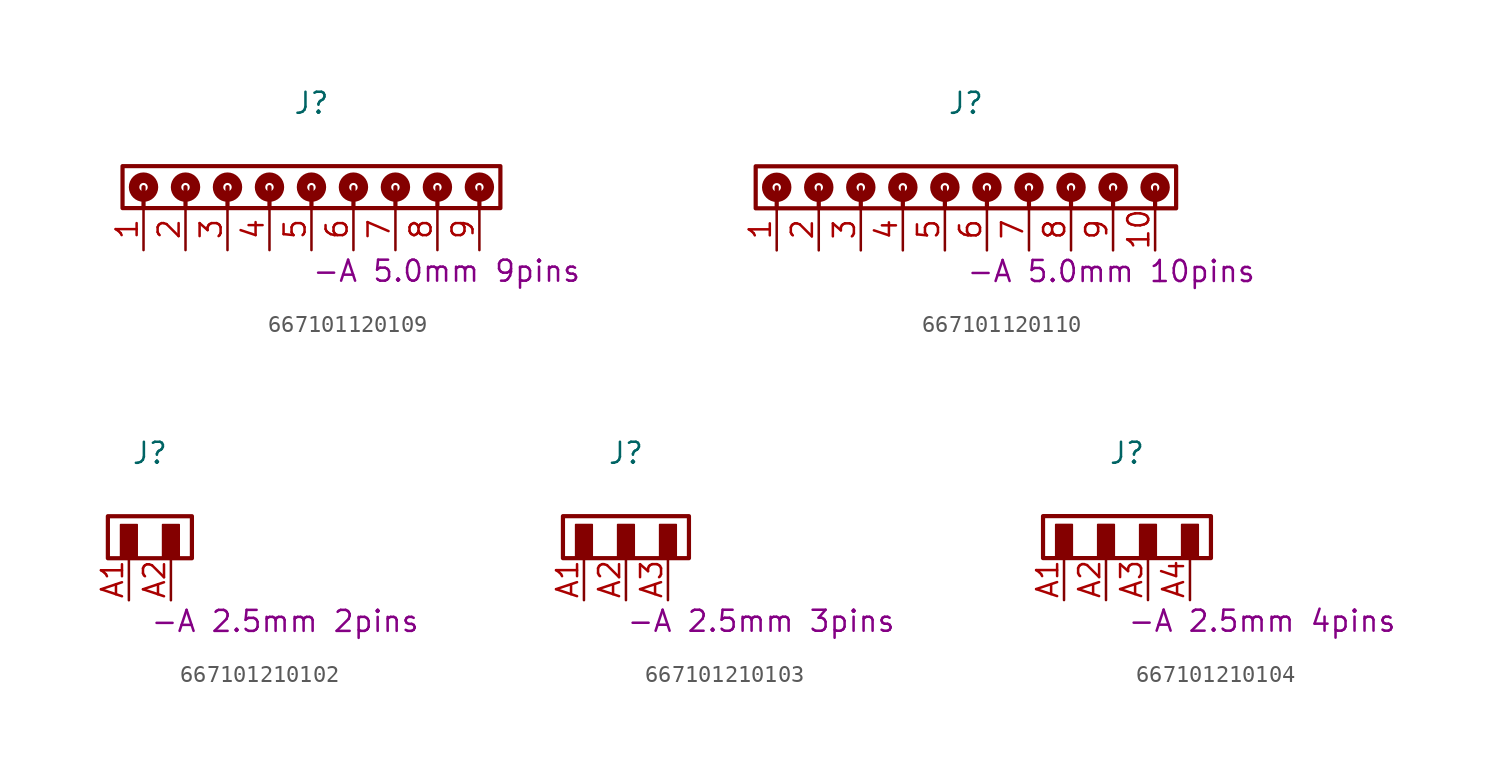
<source format=kicad_sym>
(kicad_symbol_lib
  (version 20220914)
  (generator kicad_symbol_editor)
  (symbol "667101120109"
    (pin_names hide)
    (property "Reference" "J"
      (at 0 5.08 0)
      (effects (font (size 1.27 1.27))))
    (property "Critical Parameter" "-A 5.0mm 9pins"
      (at 0 -5.08 0)
      (effects (font (size 1.27 1.27)) (justify left)))
    (symbol "667101120109_0_1"
      (rectangle (start -11.43 1.27) (end 11.43 -1.27) (stroke (width 0.254) (type default)) (fill (type none)))
      (circle (center -10.16 0) (radius 0.254) (stroke (width 0.635) (type default)) (fill (type none)))
      (polyline (pts (xy -10.16 0) (xy -10.16 -1.27)) (stroke (width 0.254) (type default)) (fill (type none)))
      (circle (center -7.62 0) (radius 0.254) (stroke (width 0.635) (type default)) (fill (type none)))
      (polyline (pts (xy -7.62 0) (xy -7.62 -1.27)) (stroke (width 0.254) (type default)) (fill (type none)))
      (circle (center -5.08 0) (radius 0.254) (stroke (width 0.635) (type default)) (fill (type none)))
      (polyline (pts (xy -5.08 0) (xy -5.08 -1.27)) (stroke (width 0.254) (type default)) (fill (type none)))
      (circle (center -2.54 0) (radius 0.254) (stroke (width 0.635) (type default)) (fill (type none)))
      (polyline (pts (xy -2.54 0) (xy -2.54 -1.27)) (stroke (width 0.254) (type default)) (fill (type none)))
      (circle (center 0.0 0) (radius 0.254) (stroke (width 0.635) (type default)) (fill (type none)))
      (polyline (pts (xy 0.0 0) (xy 0.0 -1.27)) (stroke (width 0.254) (type default)) (fill (type none)))
      (circle (center 2.54 0) (radius 0.254) (stroke (width 0.635) (type default)) (fill (type none)))
      (polyline (pts (xy 2.54 0) (xy 2.54 -1.27)) (stroke (width 0.254) (type default)) (fill (type none)))
      (circle (center 5.08 0) (radius 0.254) (stroke (width 0.635) (type default)) (fill (type none)))
      (polyline (pts (xy 5.08 0) (xy 5.08 -1.27)) (stroke (width 0.254) (type default)) (fill (type none)))
      (circle (center 7.62 0) (radius 0.254) (stroke (width 0.635) (type default)) (fill (type none)))
      (polyline (pts (xy 7.62 0) (xy 7.62 -1.27)) (stroke (width 0.254) (type default)) (fill (type none)))
      (circle (center 10.16 0) (radius 0.254) (stroke (width 0.635) (type default)) (fill (type none)))
      (polyline (pts (xy 10.16 0) (xy 10.16 -1.27)) (stroke (width 0.254) (type default)) (fill (type none))))
    (symbol "667101120109_1_1"
      (pin passive line (at -10.16 -3.81 90) (length 2.54) (name "1" (effects (font (size 1.27 1.27)))) (number "1" (effects (font (size 1.27 1.27)))))
      (pin passive line (at -7.62 -3.81 90) (length 2.54) (name "2" (effects (font (size 1.27 1.27)))) (number "2" (effects (font (size 1.27 1.27)))))
      (pin passive line (at -5.08 -3.81 90) (length 2.54) (name "3" (effects (font (size 1.27 1.27)))) (number "3" (effects (font (size 1.27 1.27)))))
      (pin passive line (at -2.54 -3.81 90) (length 2.54) (name "4" (effects (font (size 1.27 1.27)))) (number "4" (effects (font (size 1.27 1.27)))))
      (pin passive line (at 0.0 -3.81 90) (length 2.54) (name "5" (effects (font (size 1.27 1.27)))) (number "5" (effects (font (size 1.27 1.27)))))
      (pin passive line (at 2.54 -3.81 90) (length 2.54) (name "6" (effects (font (size 1.27 1.27)))) (number "6" (effects (font (size 1.27 1.27)))))
      (pin passive line (at 5.08 -3.81 90) (length 2.54) (name "7" (effects (font (size 1.27 1.27)))) (number "7" (effects (font (size 1.27 1.27)))))
      (pin passive line (at 7.62 -3.81 90) (length 2.54) (name "8" (effects (font (size 1.27 1.27)))) (number "8" (effects (font (size 1.27 1.27)))))
      (pin passive line (at 10.16 -3.81 90) (length 2.54) (name "9" (effects (font (size 1.27 1.27)))) (number "9" (effects (font (size 1.27 1.27)))))))
  (symbol "667101120110"
    (pin_names hide)
    (property "Reference" "J"
      (at 0 5.08 0)
      (effects (font (size 1.27 1.27))))
    (property "Critical Parameter" "-A 5.0mm 10pins"
      (at 0 -5.08 0)
      (effects (font (size 1.27 1.27)) (justify left)))
    (symbol "667101120110_0_1"
      (rectangle (start -12.7 1.27) (end 12.7 -1.27) (stroke (width 0.254) (type default)) (fill (type none)))
      (circle (center -11.43 0) (radius 0.254) (stroke (width 0.635) (type default)) (fill (type none)))
      (polyline (pts (xy -11.43 0) (xy -11.43 -1.27)) (stroke (width 0.254) (type default)) (fill (type none)))
      (circle (center -8.89 0) (radius 0.254) (stroke (width 0.635) (type default)) (fill (type none)))
      (polyline (pts (xy -8.89 0) (xy -8.89 -1.27)) (stroke (width 0.254) (type default)) (fill (type none)))
      (circle (center -6.35 0) (radius 0.254) (stroke (width 0.635) (type default)) (fill (type none)))
      (polyline (pts (xy -6.35 0) (xy -6.35 -1.27)) (stroke (width 0.254) (type default)) (fill (type none)))
      (circle (center -3.81 0) (radius 0.254) (stroke (width 0.635) (type default)) (fill (type none)))
      (polyline (pts (xy -3.81 0) (xy -3.81 -1.27)) (stroke (width 0.254) (type default)) (fill (type none)))
      (circle (center -1.27 0) (radius 0.254) (stroke (width 0.635) (type default)) (fill (type none)))
      (polyline (pts (xy -1.27 0) (xy -1.27 -1.27)) (stroke (width 0.254) (type default)) (fill (type none)))
      (circle (center 1.27 0) (radius 0.254) (stroke (width 0.635) (type default)) (fill (type none)))
      (polyline (pts (xy 1.27 0) (xy 1.27 -1.27)) (stroke (width 0.254) (type default)) (fill (type none)))
      (circle (center 3.81 0) (radius 0.254) (stroke (width 0.635) (type default)) (fill (type none)))
      (polyline (pts (xy 3.81 0) (xy 3.81 -1.27)) (stroke (width 0.254) (type default)) (fill (type none)))
      (circle (center 6.35 0) (radius 0.254) (stroke (width 0.635) (type default)) (fill (type none)))
      (polyline (pts (xy 6.35 0) (xy 6.35 -1.27)) (stroke (width 0.254) (type default)) (fill (type none)))
      (circle (center 8.89 0) (radius 0.254) (stroke (width 0.635) (type default)) (fill (type none)))
      (polyline (pts (xy 8.89 0) (xy 8.89 -1.27)) (stroke (width 0.254) (type default)) (fill (type none)))
      (circle (center 11.43 0) (radius 0.254) (stroke (width 0.635) (type default)) (fill (type none)))
      (polyline (pts (xy 11.43 0) (xy 11.43 -1.27)) (stroke (width 0.254) (type default)) (fill (type none))))
    (symbol "667101120110_1_1"
      (pin passive line (at -11.43 -3.81 90) (length 2.54) (name "1" (effects (font (size 1.27 1.27)))) (number "1" (effects (font (size 1.27 1.27)))))
      (pin passive line (at -8.89 -3.81 90) (length 2.54) (name "2" (effects (font (size 1.27 1.27)))) (number "2" (effects (font (size 1.27 1.27)))))
      (pin passive line (at -6.35 -3.81 90) (length 2.54) (name "3" (effects (font (size 1.27 1.27)))) (number "3" (effects (font (size 1.27 1.27)))))
      (pin passive line (at -3.81 -3.81 90) (length 2.54) (name "4" (effects (font (size 1.27 1.27)))) (number "4" (effects (font (size 1.27 1.27)))))
      (pin passive line (at -1.27 -3.81 90) (length 2.54) (name "5" (effects (font (size 1.27 1.27)))) (number "5" (effects (font (size 1.27 1.27)))))
      (pin passive line (at 1.27 -3.81 90) (length 2.54) (name "6" (effects (font (size 1.27 1.27)))) (number "6" (effects (font (size 1.27 1.27)))))
      (pin passive line (at 3.81 -3.81 90) (length 2.54) (name "7" (effects (font (size 1.27 1.27)))) (number "7" (effects (font (size 1.27 1.27)))))
      (pin passive line (at 6.35 -3.81 90) (length 2.54) (name "8" (effects (font (size 1.27 1.27)))) (number "8" (effects (font (size 1.27 1.27)))))
      (pin passive line (at 8.89 -3.81 90) (length 2.54) (name "9" (effects (font (size 1.27 1.27)))) (number "9" (effects (font (size 1.27 1.27)))))
      (pin passive line (at 11.43 -3.81 90) (length 2.54) (name "10" (effects (font (size 1.27 1.27)))) (number "10" (effects (font (size 1.27 1.27)))))))
  (symbol "667101210102"
    (pin_names hide)
    (property "Reference" "J"
      (at 0 5.08 0)
      (effects (font (size 1.27 1.27))))
    (property "Critical Parameter" "-A 2.5mm 2pins"
      (at 0 -5.08 0)
      (effects (font (size 1.27 1.27)) (justify left)))
    (symbol "667101210102_0_1"
      (rectangle (start -2.54 1.27) (end 2.54 -1.27) (stroke (width 0.254) (type default)) (fill (type none)))
      (rectangle (start -1.77 0.762) (end -0.77 -1.27) (stroke (width 0.1) (type default)) (fill (type outline)))
      (rectangle (start 0.77 0.762) (end 1.77 -1.27) (stroke (width 0.1) (type default)) (fill (type outline))))
    (symbol "667101210102_1_1"
      (pin passive line (at -1.27 -3.81 90) (length 2.54) (name "A1" (effects (font (size 1.27 1.27)))) (number "A1" (effects (font (size 1.27 1.27)))))
      (pin passive line (at -1.27 -3.81 90) (length 2.54) hide (name "B1" (effects (font (size 1.27 1.27)))) (number "B1" (effects (font (size 1.27 1.27)))))
      (pin passive line (at 1.27 -3.81 90) (length 2.54) (name "A2" (effects (font (size 1.27 1.27)))) (number "A2" (effects (font (size 1.27 1.27)))))
      (pin passive line (at 1.27 -3.81 90) (length 2.54) hide (name "B2" (effects (font (size 1.27 1.27)))) (number "B2" (effects (font (size 1.27 1.27)))))))
  (symbol "667101210103"
    (pin_names hide)
    (property "Reference" "J"
      (at 0 5.08 0)
      (effects (font (size 1.27 1.27))))
    (property "Critical Parameter" "-A 2.5mm 3pins"
      (at 0 -5.08 0)
      (effects (font (size 1.27 1.27)) (justify left)))
    (symbol "667101210103_0_1"
      (rectangle (start -3.81 1.27) (end 3.81 -1.27) (stroke (width 0.254) (type default)) (fill (type none)))
      (rectangle (start -3.04 0.762) (end -2.04 -1.27) (stroke (width 0.1) (type default)) (fill (type outline)))
      (rectangle (start -0.5 0.762) (end 0.5 -1.27) (stroke (width 0.1) (type default)) (fill (type outline)))
      (rectangle (start 2.04 0.762) (end 3.04 -1.27) (stroke (width 0.1) (type default)) (fill (type outline))))
    (symbol "667101210103_1_1"
      (pin passive line (at -2.54 -3.81 90) (length 2.54) (name "A1" (effects (font (size 1.27 1.27)))) (number "A1" (effects (font (size 1.27 1.27)))))
      (pin passive line (at -2.54 -3.81 90) (length 2.54) hide (name "B1" (effects (font (size 1.27 1.27)))) (number "B1" (effects (font (size 1.27 1.27)))))
      (pin passive line (at 0.0 -3.81 90) (length 2.54) (name "A2" (effects (font (size 1.27 1.27)))) (number "A2" (effects (font (size 1.27 1.27)))))
      (pin passive line (at 0.0 -3.81 90) (length 2.54) hide (name "B2" (effects (font (size 1.27 1.27)))) (number "B2" (effects (font (size 1.27 1.27)))))
      (pin passive line (at 2.54 -3.81 90) (length 2.54) (name "A3" (effects (font (size 1.27 1.27)))) (number "A3" (effects (font (size 1.27 1.27)))))
      (pin passive line (at 2.54 -3.81 90) (length 2.54) hide (name "B3" (effects (font (size 1.27 1.27)))) (number "B3" (effects (font (size 1.27 1.27)))))))
  (symbol "667101210104"
    (pin_names hide)
    (property "Reference" "J"
      (at 0 5.08 0)
      (effects (font (size 1.27 1.27))))
    (property "Critical Parameter" "-A 2.5mm 4pins"
      (at 0 -5.08 0)
      (effects (font (size 1.27 1.27)) (justify left)))
    (symbol "667101210104_0_1"
      (rectangle (start -5.08 1.27) (end 5.08 -1.27) (stroke (width 0.254) (type default)) (fill (type none)))
      (rectangle (start -4.31 0.762) (end -3.31 -1.27) (stroke (width 0.1) (type default)) (fill (type outline)))
      (rectangle (start -1.77 0.762) (end -0.77 -1.27) (stroke (width 0.1) (type default)) (fill (type outline)))
      (rectangle (start 0.77 0.762) (end 1.77 -1.27) (stroke (width 0.1) (type default)) (fill (type outline)))
      (rectangle (start 3.31 0.762) (end 4.31 -1.27) (stroke (width 0.1) (type default)) (fill (type outline))))
    (symbol "667101210104_1_1"
      (pin passive line (at -3.81 -3.81 90) (length 2.54) (name "A1" (effects (font (size 1.27 1.27)))) (number "A1" (effects (font (size 1.27 1.27)))))
      (pin passive line (at -3.81 -3.81 90) (length 2.54) hide (name "B1" (effects (font (size 1.27 1.27)))) (number "B1" (effects (font (size 1.27 1.27)))))
      (pin passive line (at -1.27 -3.81 90) (length 2.54) (name "A2" (effects (font (size 1.27 1.27)))) (number "A2" (effects (font (size 1.27 1.27)))))
      (pin passive line (at -1.27 -3.81 90) (length 2.54) hide (name "B2" (effects (font (size 1.27 1.27)))) (number "B2" (effects (font (size 1.27 1.27)))))
      (pin passive line (at 1.27 -3.81 90) (length 2.54) (name "A3" (effects (font (size 1.27 1.27)))) (number "A3" (effects (font (size 1.27 1.27)))))
      (pin passive line (at 1.27 -3.81 90) (length 2.54) hide (name "B3" (effects (font (size 1.27 1.27)))) (number "B3" (effects (font (size 1.27 1.27)))))
      (pin passive line (at 3.81 -3.81 90) (length 2.54) (name "A4" (effects (font (size 1.27 1.27)))) (number "A4" (effects (font (size 1.27 1.27)))))
      (pin passive line (at 3.81 -3.81 90) (length 2.54) hide (name "B4" (effects (font (size 1.27 1.27)))) (number "B4" (effects (font (size 1.27 1.27))))))))
</source>
